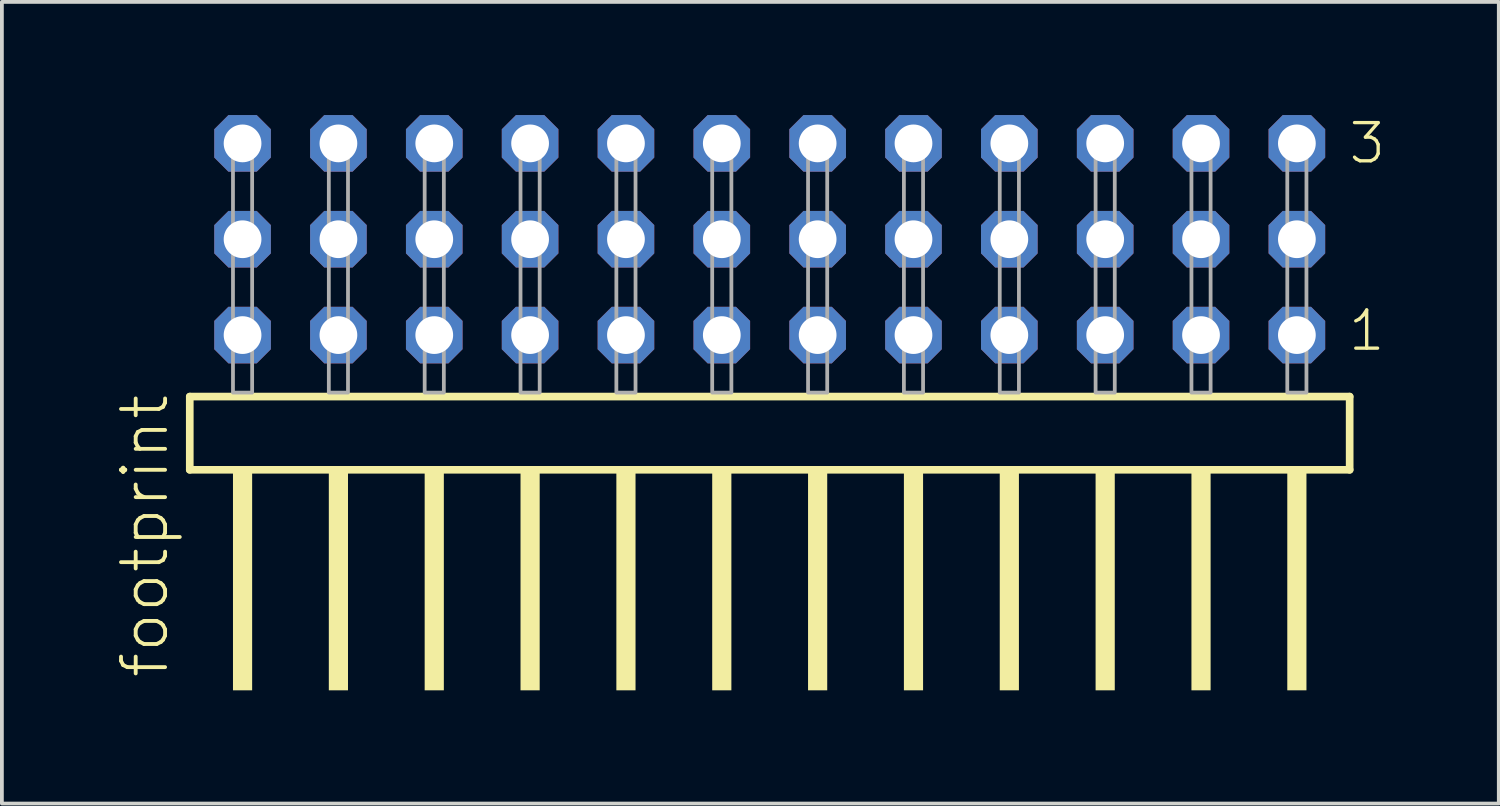
<source format=kicad_pcb>
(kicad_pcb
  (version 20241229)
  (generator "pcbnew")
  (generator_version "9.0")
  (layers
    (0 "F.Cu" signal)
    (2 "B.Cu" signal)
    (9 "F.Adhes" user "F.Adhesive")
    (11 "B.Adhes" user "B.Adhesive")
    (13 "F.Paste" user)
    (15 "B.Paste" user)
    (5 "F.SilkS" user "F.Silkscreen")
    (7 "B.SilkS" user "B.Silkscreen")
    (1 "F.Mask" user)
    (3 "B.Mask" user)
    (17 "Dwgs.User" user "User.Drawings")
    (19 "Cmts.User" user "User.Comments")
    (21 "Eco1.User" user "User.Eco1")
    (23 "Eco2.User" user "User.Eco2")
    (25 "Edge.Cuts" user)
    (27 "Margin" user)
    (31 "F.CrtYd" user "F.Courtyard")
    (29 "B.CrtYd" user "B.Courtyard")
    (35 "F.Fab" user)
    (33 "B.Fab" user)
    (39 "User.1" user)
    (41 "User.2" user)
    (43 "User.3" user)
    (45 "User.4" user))
  (footprint "footprint"
    (layer "F.Cu")
    (at 17.348 7.354)
    (property "Reference" "footprint" (at -15.875 7.62 90) (layer "F.SilkS") (effects (font (size 1.168 1.168) (thickness 0.102)) (justify left bottom)))
    (fp_line (start -15.369 0.106) (end -15.369 2.046) (stroke (width 0.203) (type solid)) (layer "F.SilkS"))
    (fp_line (start -15.369 2.046) (end 15.369 2.046) (stroke (width 0.203) (type solid)) (layer "F.SilkS"))
    (fp_line (start 15.369 0.106) (end -15.369 0.106) (stroke (width 0.203) (type solid)) (layer "F.SilkS"))
    (fp_line (start 15.369 2.046) (end 15.369 0.106) (stroke (width 0.203) (type solid)) (layer "F.SilkS"))
    (fp_poly (pts (xy -14.224 7.89) (xy -13.716 7.89) (xy -13.716 2.04) (xy -14.224 2.04)) (stroke (width 0) (type solid)) (fill yes) (layer "F.SilkS"))
    (fp_poly (pts (xy -11.684 7.89) (xy -11.176 7.89) (xy -11.176 2.04) (xy -11.684 2.04)) (stroke (width 0) (type solid)) (fill yes) (layer "F.SilkS"))
    (fp_poly (pts (xy -9.144 7.89) (xy -8.636 7.89) (xy -8.636 2.04) (xy -9.144 2.04)) (stroke (width 0) (type solid)) (fill yes) (layer "F.SilkS"))
    (fp_poly (pts (xy -6.604 7.89) (xy -6.096 7.89) (xy -6.096 2.04) (xy -6.604 2.04)) (stroke (width 0) (type solid)) (fill yes) (layer "F.SilkS"))
    (fp_poly (pts (xy -4.064 7.89) (xy -3.556 7.89) (xy -3.556 2.04) (xy -4.064 2.04)) (stroke (width 0) (type solid)) (fill yes) (layer "F.SilkS"))
    (fp_poly (pts (xy -1.524 7.89) (xy -1.016 7.89) (xy -1.016 2.04) (xy -1.524 2.04)) (stroke (width 0) (type solid)) (fill yes) (layer "F.SilkS"))
    (fp_poly (pts (xy 1.016 7.89) (xy 1.524 7.89) (xy 1.524 2.04) (xy 1.016 2.04)) (stroke (width 0) (type solid)) (fill yes) (layer "F.SilkS"))
    (fp_poly (pts (xy 3.556 7.89) (xy 4.064 7.89) (xy 4.064 2.04) (xy 3.556 2.04)) (stroke (width 0) (type solid)) (fill yes) (layer "F.SilkS"))
    (fp_poly (pts (xy 6.096 7.89) (xy 6.604 7.89) (xy 6.604 2.04) (xy 6.096 2.04)) (stroke (width 0) (type solid)) (fill yes) (layer "F.SilkS"))
    (fp_poly (pts (xy 8.636 7.89) (xy 9.144 7.89) (xy 9.144 2.04) (xy 8.636 2.04)) (stroke (width 0) (type solid)) (fill yes) (layer "F.SilkS"))
    (fp_poly (pts (xy 11.176 7.89) (xy 11.684 7.89) (xy 11.684 2.04) (xy 11.176 2.04)) (stroke (width 0) (type solid)) (fill yes) (layer "F.SilkS"))
    (fp_poly (pts (xy 13.716 7.89) (xy 14.224 7.89) (xy 14.224 2.04) (xy 13.716 2.04)) (stroke (width 0) (type solid)) (fill yes) (layer "F.SilkS"))
    (fp_poly (pts (xy -14.224 0) (xy -13.716 0) (xy -13.716 -6.858) (xy -14.224 -6.858)) (stroke (width 0.1) (type solid)) (fill no) (layer "F.Fab"))
    (fp_poly (pts (xy -11.684 0) (xy -11.176 0) (xy -11.176 -6.858) (xy -11.684 -6.858)) (stroke (width 0.1) (type solid)) (fill no) (layer "F.Fab"))
    (fp_poly (pts (xy -9.144 0) (xy -8.636 0) (xy -8.636 -6.858) (xy -9.144 -6.858)) (stroke (width 0.1) (type solid)) (fill no) (layer "F.Fab"))
    (fp_poly (pts (xy -6.604 0) (xy -6.096 0) (xy -6.096 -6.858) (xy -6.604 -6.858)) (stroke (width 0.1) (type solid)) (fill no) (layer "F.Fab"))
    (fp_poly (pts (xy -4.064 0) (xy -3.556 0) (xy -3.556 -6.858) (xy -4.064 -6.858)) (stroke (width 0.1) (type solid)) (fill no) (layer "F.Fab"))
    (fp_poly (pts (xy -1.524 0) (xy -1.016 0) (xy -1.016 -6.858) (xy -1.524 -6.858)) (stroke (width 0.1) (type solid)) (fill no) (layer "F.Fab"))
    (fp_poly (pts (xy 1.016 0) (xy 1.524 0) (xy 1.524 -6.858) (xy 1.016 -6.858)) (stroke (width 0.1) (type solid)) (fill no) (layer "F.Fab"))
    (fp_poly (pts (xy 3.556 0) (xy 4.064 0) (xy 4.064 -6.858) (xy 3.556 -6.858)) (stroke (width 0.1) (type solid)) (fill no) (layer "F.Fab"))
    (fp_poly (pts (xy 6.096 0) (xy 6.604 0) (xy 6.604 -6.858) (xy 6.096 -6.858)) (stroke (width 0.1) (type solid)) (fill no) (layer "F.Fab"))
    (fp_poly (pts (xy 8.636 0) (xy 9.144 0) (xy 9.144 -6.858) (xy 8.636 -6.858)) (stroke (width 0.1) (type solid)) (fill no) (layer "F.Fab"))
    (fp_poly (pts (xy 11.176 0) (xy 11.684 0) (xy 11.684 -6.858) (xy 11.176 -6.858)) (stroke (width 0.1) (type solid)) (fill no) (layer "F.Fab"))
    (fp_poly (pts (xy 13.716 0) (xy 14.224 0) (xy 14.224 -6.858) (xy 13.716 -6.858)) (stroke (width 0.1) (type solid)) (fill no) (layer "F.Fab"))
    (fp_text user "1" (at 15.28 -1.05 0) (layer "F.SilkS") (effects (font (size 1.012 1.012) (thickness 0.088)) (justify left bottom)))
    (fp_text user "3" (at 15.295 -6.015 0) (layer "F.SilkS") (effects (font (size 1.012 1.012) (thickness 0.088)) (justify left bottom)))
    (pad "1" thru_hole roundrect (at 13.97 -1.524 180) (size 1.5 1.5) (drill 1) (layers "*.Cu" "*.Mask") (roundrect_rratio 0.25) (chamfer_ratio 0.25) (chamfer top_left top_right bottom_left bottom_right))
    (pad "2" thru_hole roundrect (at 13.97 -4.064 180) (size 1.5 1.5) (drill 1) (layers "*.Cu" "*.Mask") (roundrect_rratio 0.25) (chamfer_ratio 0.25) (chamfer top_left top_right bottom_left bottom_right))
    (pad "3" thru_hole roundrect (at 13.97 -6.604 180) (size 1.5 1.5) (drill 1) (layers "*.Cu" "*.Mask") (roundrect_rratio 0.25) (chamfer_ratio 0.25) (chamfer top_left top_right bottom_left bottom_right))
    (pad "4" thru_hole roundrect (at 11.43 -1.524 180) (size 1.5 1.5) (drill 1) (layers "*.Cu" "*.Mask") (roundrect_rratio 0.25) (chamfer_ratio 0.25) (chamfer top_left top_right bottom_left bottom_right))
    (pad "5" thru_hole roundrect (at 11.43 -4.064 180) (size 1.5 1.5) (drill 1) (layers "*.Cu" "*.Mask") (roundrect_rratio 0.25) (chamfer_ratio 0.25) (chamfer top_left top_right bottom_left bottom_right))
    (pad "6" thru_hole roundrect (at 11.43 -6.604 180) (size 1.5 1.5) (drill 1) (layers "*.Cu" "*.Mask") (roundrect_rratio 0.25) (chamfer_ratio 0.25) (chamfer top_left top_right bottom_left bottom_right))
    (pad "7" thru_hole roundrect (at 8.89 -1.524 180) (size 1.5 1.5) (drill 1) (layers "*.Cu" "*.Mask") (roundrect_rratio 0.25) (chamfer_ratio 0.25) (chamfer top_left top_right bottom_left bottom_right))
    (pad "8" thru_hole roundrect (at 8.89 -4.064 180) (size 1.5 1.5) (drill 1) (layers "*.Cu" "*.Mask") (roundrect_rratio 0.25) (chamfer_ratio 0.25) (chamfer top_left top_right bottom_left bottom_right))
    (pad "9" thru_hole roundrect (at 8.89 -6.604 180) (size 1.5 1.5) (drill 1) (layers "*.Cu" "*.Mask") (roundrect_rratio 0.25) (chamfer_ratio 0.25) (chamfer top_left top_right bottom_left bottom_right))
    (pad "10" thru_hole roundrect (at 6.35 -1.524 180) (size 1.5 1.5) (drill 1) (layers "*.Cu" "*.Mask") (roundrect_rratio 0.25) (chamfer_ratio 0.25) (chamfer top_left top_right bottom_left bottom_right))
    (pad "11" thru_hole roundrect (at 6.35 -4.064 180) (size 1.5 1.5) (drill 1) (layers "*.Cu" "*.Mask") (roundrect_rratio 0.25) (chamfer_ratio 0.25) (chamfer top_left top_right bottom_left bottom_right))
    (pad "12" thru_hole roundrect (at 6.35 -6.604 180) (size 1.5 1.5) (drill 1) (layers "*.Cu" "*.Mask") (roundrect_rratio 0.25) (chamfer_ratio 0.25) (chamfer top_left top_right bottom_left bottom_right))
    (pad "13" thru_hole roundrect (at 3.81 -1.524 180) (size 1.5 1.5) (drill 1) (layers "*.Cu" "*.Mask") (roundrect_rratio 0.25) (chamfer_ratio 0.25) (chamfer top_left top_right bottom_left bottom_right))
    (pad "14" thru_hole roundrect (at 3.81 -4.064 180) (size 1.5 1.5) (drill 1) (layers "*.Cu" "*.Mask") (roundrect_rratio 0.25) (chamfer_ratio 0.25) (chamfer top_left top_right bottom_left bottom_right))
    (pad "15" thru_hole roundrect (at 3.81 -6.604 180) (size 1.5 1.5) (drill 1) (layers "*.Cu" "*.Mask") (roundrect_rratio 0.25) (chamfer_ratio 0.25) (chamfer top_left top_right bottom_left bottom_right))
    (pad "16" thru_hole roundrect (at 1.27 -1.524 180) (size 1.5 1.5) (drill 1) (layers "*.Cu" "*.Mask") (roundrect_rratio 0.25) (chamfer_ratio 0.25) (chamfer top_left top_right bottom_left bottom_right))
    (pad "17" thru_hole roundrect (at 1.27 -4.064 180) (size 1.5 1.5) (drill 1) (layers "*.Cu" "*.Mask") (roundrect_rratio 0.25) (chamfer_ratio 0.25) (chamfer top_left top_right bottom_left bottom_right))
    (pad "18" thru_hole roundrect (at 1.27 -6.604 180) (size 1.5 1.5) (drill 1) (layers "*.Cu" "*.Mask") (roundrect_rratio 0.25) (chamfer_ratio 0.25) (chamfer top_left top_right bottom_left bottom_right))
    (pad "19" thru_hole roundrect (at -1.27 -1.524 180) (size 1.5 1.5) (drill 1) (layers "*.Cu" "*.Mask") (roundrect_rratio 0.25) (chamfer_ratio 0.25) (chamfer top_left top_right bottom_left bottom_right))
    (pad "20" thru_hole roundrect (at -1.27 -4.064 180) (size 1.5 1.5) (drill 1) (layers "*.Cu" "*.Mask") (roundrect_rratio 0.25) (chamfer_ratio 0.25) (chamfer top_left top_right bottom_left bottom_right))
    (pad "21" thru_hole roundrect (at -1.27 -6.604 180) (size 1.5 1.5) (drill 1) (layers "*.Cu" "*.Mask") (roundrect_rratio 0.25) (chamfer_ratio 0.25) (chamfer top_left top_right bottom_left bottom_right))
    (pad "22" thru_hole roundrect (at -3.81 -1.524 180) (size 1.5 1.5) (drill 1) (layers "*.Cu" "*.Mask") (roundrect_rratio 0.25) (chamfer_ratio 0.25) (chamfer top_left top_right bottom_left bottom_right))
    (pad "23" thru_hole roundrect (at -3.81 -4.064 180) (size 1.5 1.5) (drill 1) (layers "*.Cu" "*.Mask") (roundrect_rratio 0.25) (chamfer_ratio 0.25) (chamfer top_left top_right bottom_left bottom_right))
    (pad "24" thru_hole roundrect (at -3.81 -6.604 180) (size 1.5 1.5) (drill 1) (layers "*.Cu" "*.Mask") (roundrect_rratio 0.25) (chamfer_ratio 0.25) (chamfer top_left top_right bottom_left bottom_right))
    (pad "25" thru_hole roundrect (at -6.35 -1.524 180) (size 1.5 1.5) (drill 1) (layers "*.Cu" "*.Mask") (roundrect_rratio 0.25) (chamfer_ratio 0.25) (chamfer top_left top_right bottom_left bottom_right))
    (pad "26" thru_hole roundrect (at -6.35 -4.064 180) (size 1.5 1.5) (drill 1) (layers "*.Cu" "*.Mask") (roundrect_rratio 0.25) (chamfer_ratio 0.25) (chamfer top_left top_right bottom_left bottom_right))
    (pad "27" thru_hole roundrect (at -6.35 -6.604 180) (size 1.5 1.5) (drill 1) (layers "*.Cu" "*.Mask") (roundrect_rratio 0.25) (chamfer_ratio 0.25) (chamfer top_left top_right bottom_left bottom_right))
    (pad "28" thru_hole roundrect (at -8.89 -1.524 180) (size 1.5 1.5) (drill 1) (layers "*.Cu" "*.Mask") (roundrect_rratio 0.25) (chamfer_ratio 0.25) (chamfer top_left top_right bottom_left bottom_right))
    (pad "29" thru_hole roundrect (at -8.89 -4.064 180) (size 1.5 1.5) (drill 1) (layers "*.Cu" "*.Mask") (roundrect_rratio 0.25) (chamfer_ratio 0.25) (chamfer top_left top_right bottom_left bottom_right))
    (pad "30" thru_hole roundrect (at -8.89 -6.604 180) (size 1.5 1.5) (drill 1) (layers "*.Cu" "*.Mask") (roundrect_rratio 0.25) (chamfer_ratio 0.25) (chamfer top_left top_right bottom_left bottom_right))
    (pad "31" thru_hole roundrect (at -11.43 -1.524 180) (size 1.5 1.5) (drill 1) (layers "*.Cu" "*.Mask") (roundrect_rratio 0.25) (chamfer_ratio 0.25) (chamfer top_left top_right bottom_left bottom_right))
    (pad "32" thru_hole roundrect (at -11.43 -4.064 180) (size 1.5 1.5) (drill 1) (layers "*.Cu" "*.Mask") (roundrect_rratio 0.25) (chamfer_ratio 0.25) (chamfer top_left top_right bottom_left bottom_right))
    (pad "33" thru_hole roundrect (at -11.43 -6.604 180) (size 1.5 1.5) (drill 1) (layers "*.Cu" "*.Mask") (roundrect_rratio 0.25) (chamfer_ratio 0.25) (chamfer top_left top_right bottom_left bottom_right))
    (pad "34" thru_hole roundrect (at -13.97 -1.524 180) (size 1.5 1.5) (drill 1) (layers "*.Cu" "*.Mask") (roundrect_rratio 0.25) (chamfer_ratio 0.25) (chamfer top_left top_right bottom_left bottom_right))
    (pad "35" thru_hole roundrect (at -13.97 -4.064 180) (size 1.5 1.5) (drill 1) (layers "*.Cu" "*.Mask") (roundrect_rratio 0.25) (chamfer_ratio 0.25) (chamfer top_left top_right bottom_left bottom_right))
    (pad "36" thru_hole roundrect (at -13.97 -6.604 180) (size 1.5 1.5) (drill 1) (layers "*.Cu" "*.Mask") (roundrect_rratio 0.25) (chamfer_ratio 0.25) (chamfer top_left top_right bottom_left bottom_right)))
  (gr_rect
    (start -3 -3)
    (end 36.669 18.244)
    (stroke (width 0.1) (type default))
    (fill no)
    (layer "Edge.Cuts")))
</source>
